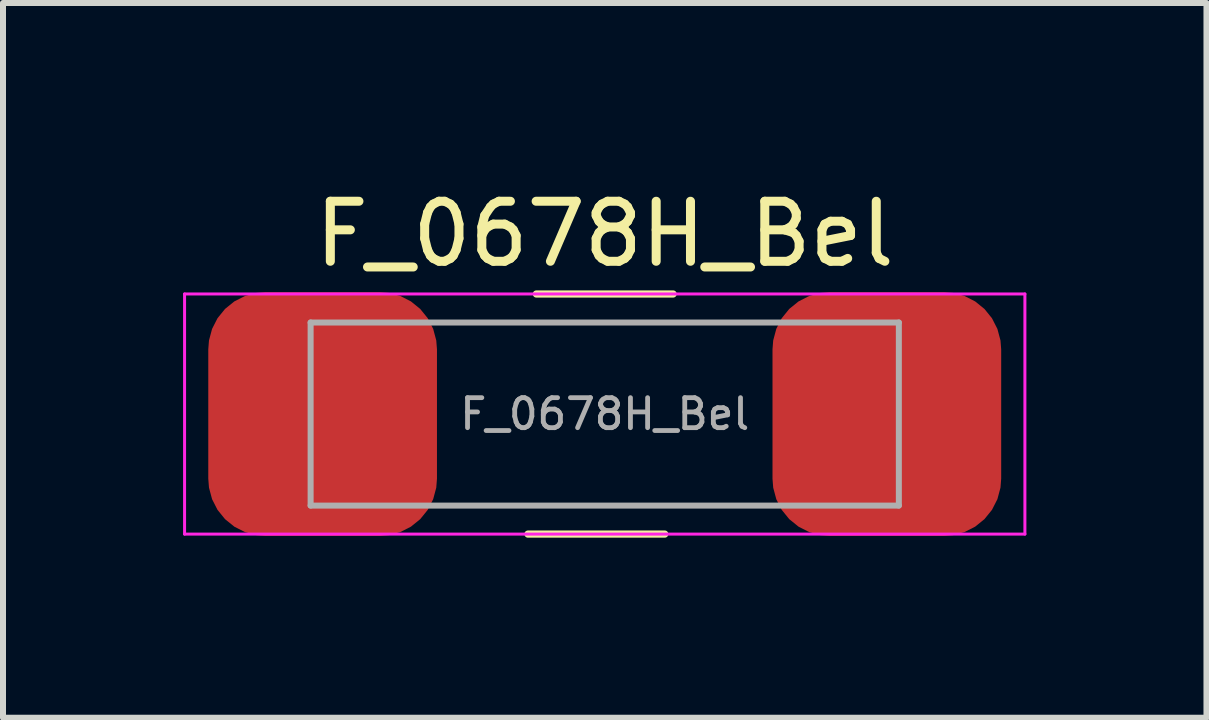
<source format=kicad_pcb>
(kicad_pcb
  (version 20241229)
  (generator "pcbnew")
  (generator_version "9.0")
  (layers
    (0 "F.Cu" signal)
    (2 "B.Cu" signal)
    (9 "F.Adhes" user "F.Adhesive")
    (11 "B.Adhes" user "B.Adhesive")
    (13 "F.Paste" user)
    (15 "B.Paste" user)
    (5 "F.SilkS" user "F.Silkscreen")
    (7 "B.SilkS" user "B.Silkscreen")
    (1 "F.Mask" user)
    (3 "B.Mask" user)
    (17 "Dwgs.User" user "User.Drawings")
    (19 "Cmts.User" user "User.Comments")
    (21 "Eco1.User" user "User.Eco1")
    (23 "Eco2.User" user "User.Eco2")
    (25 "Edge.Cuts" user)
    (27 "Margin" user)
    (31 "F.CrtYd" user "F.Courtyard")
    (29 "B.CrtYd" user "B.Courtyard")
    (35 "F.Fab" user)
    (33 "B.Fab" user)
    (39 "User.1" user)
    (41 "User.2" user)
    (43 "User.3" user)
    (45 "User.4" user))
  (footprint "F_0678H_Bel"
    (layer "F.Cu")
    (at 7.025 3.848)
    (property "Reference" "F_0678H_Bel" (at 0 -3 0) (layer "F.SilkS") (effects (font (size 1 1) (thickness 0.15))))
    (attr smd)
    (fp_line (start 1 2) (end -1.279 2) (stroke (width 0.12) (type solid)) (layer "F.SilkS"))
    (fp_line (start 1.139 -2) (end -1.139 -2) (stroke (width 0.12) (type solid)) (layer "F.SilkS"))
    (fp_line (start -7 -2) (end 7 -2) (stroke (width 0.05) (type solid)) (layer "F.CrtYd"))
    (fp_line (start -7 2) (end -7 -2) (stroke (width 0.05) (type solid)) (layer "F.CrtYd"))
    (fp_line (start -7 2) (end 7 2) (stroke (width 0.05) (type solid)) (layer "F.CrtYd"))
    (fp_line (start 7 2) (end 7 -2) (stroke (width 0.05) (type solid)) (layer "F.CrtYd"))
    (fp_line (start -4.9 -1.525) (end -4.9 1.525) (stroke (width 0.1) (type solid)) (layer "F.Fab"))
    (fp_line (start -4.9 -1.525) (end 4.9 -1.525) (stroke (width 0.1) (type solid)) (layer "F.Fab"))
    (fp_line (start -4.9 1.525) (end 4.9 1.525) (stroke (width 0.1) (type solid)) (layer "F.Fab"))
    (fp_line (start 4.9 -1.525) (end 4.9 1.525) (stroke (width 0.1) (type solid)) (layer "F.Fab"))
    (fp_text user "${REFERENCE}" (at 0 0 0) (layer "F.Fab") (effects (font (size 0.5 0.5) (thickness 0.08))))
    (pad "1" smd roundrect (at -4.7 0) (size 3.81 4.06) (layers "F.Cu" "F.Mask" "F.Paste") (roundrect_rratio 0.25))
    (pad "2" smd roundrect (at 4.7 0) (size 3.81 4.06) (layers "F.Cu" "F.Mask" "F.Paste") (roundrect_rratio 0.25)))
  (gr_rect
    (start -3 -3)
    (end 17.05 8.908)
    (stroke (width 0.1) (type default))
    (fill no)
    (layer "Edge.Cuts")))
</source>
